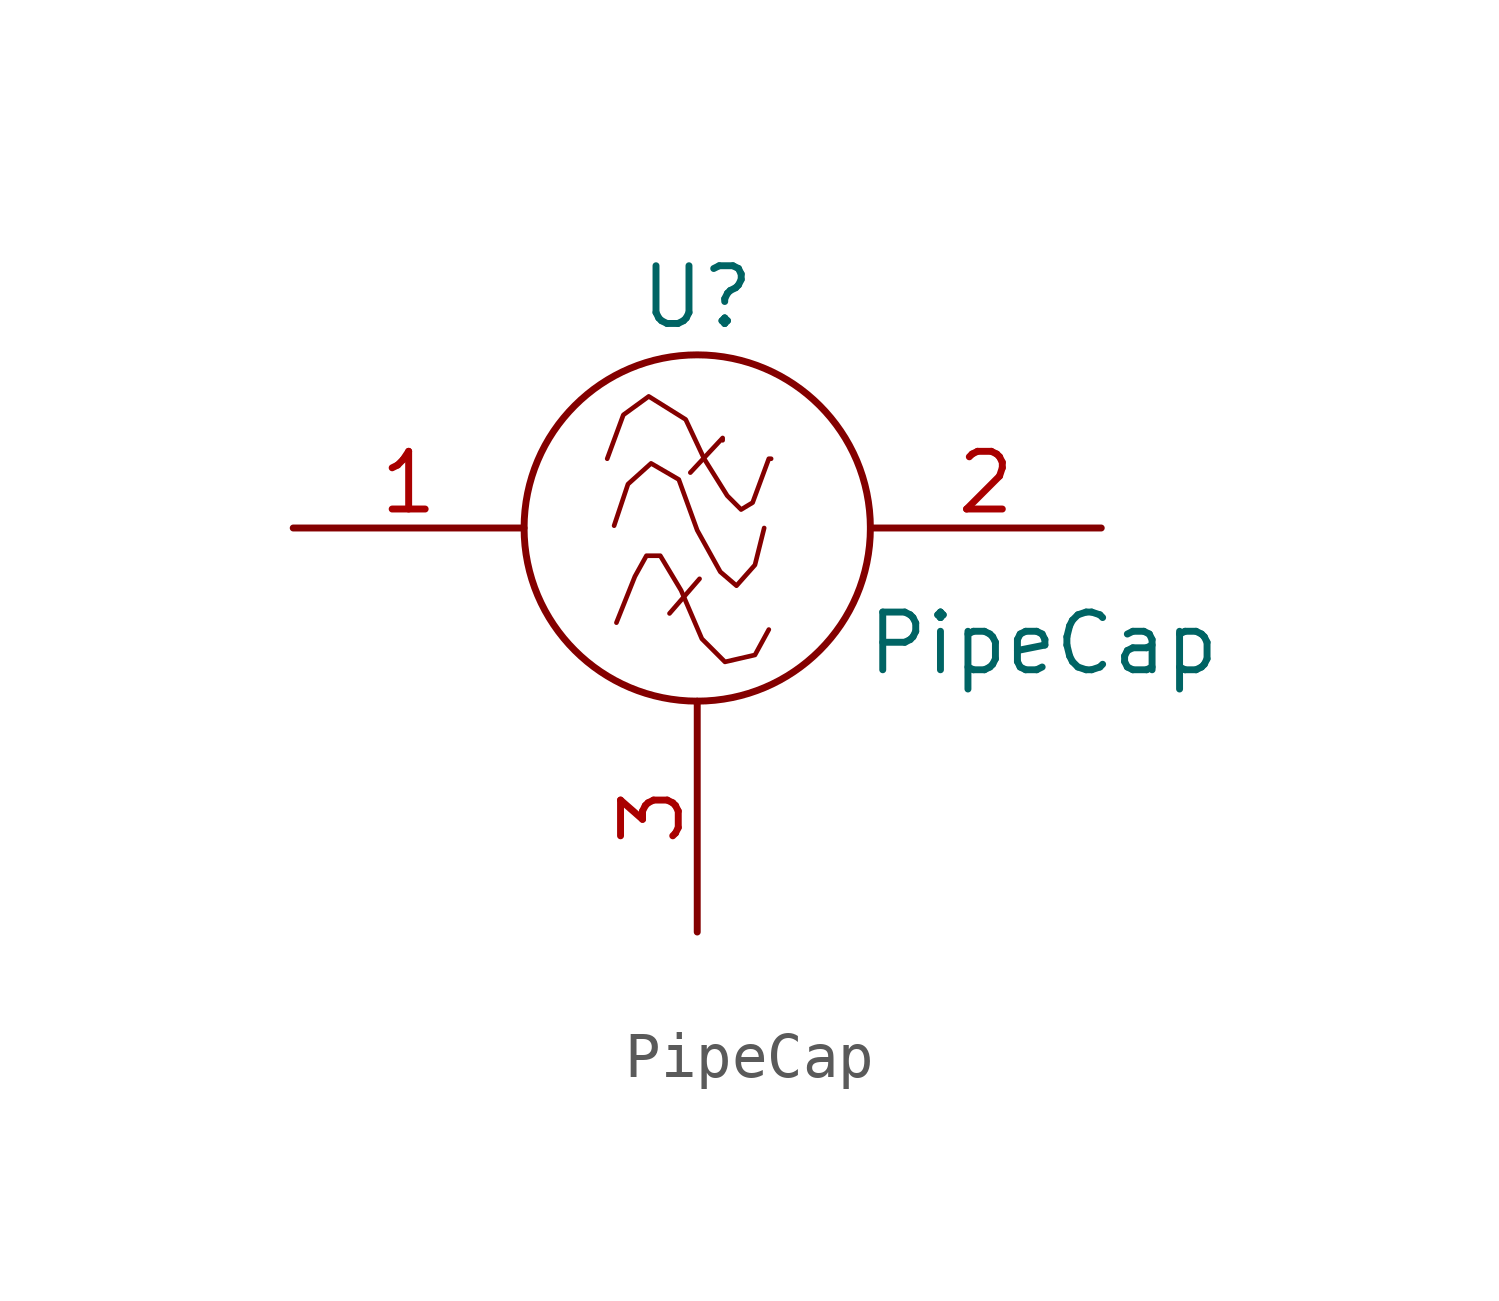
<source format=kicad_sym>
(kicad_symbol_lib
  (version 20211014)
  (generator kicad_symbol_editor)
  (symbol "PipeCap"
    (pin_names
      (offset 1.016))
    (property "Reference" "U"
      (at 0 5.08 0)
      (effects (font (size 1.27 1.27))))
    (property "Value" "PipeCap"
      (at 7.62 -2.54 0)
      (effects (font (size 1.27 1.27))))
    (symbol "PipeCap_0_1"
      (polyline (pts (xy -0.61 -1.88) (xy 0.051 -1.118)) (stroke (width 0.102) (type default) (color 0 0 0 0)) (fill (type none)))
      (polyline (pts (xy -0.152 1.219) (xy 0.559 1.981) (xy 0.559 1.93)) (stroke (width 0.102) (type default) (color 0 0 0 0)) (fill (type none)))
      (polyline (pts (xy -1.829 0.051) (xy -1.524 0.965) (xy -1.016 1.422) (xy -0.406 1.067) (xy 0 -0.051) (xy 0.508 -0.965) (xy 0.864 -1.27) (xy 1.27 -0.813) (xy 1.473 0)) (stroke (width 0.102) (type default) (color 0 0 0 0)) (fill (type none)))
      (polyline (pts (xy -1.778 -2.083) (xy -1.372 -1.067) (xy -1.118 -0.61) (xy -0.813 -0.61) (xy -0.356 -1.372) (xy 0.102 -2.438) (xy 0.61 -2.946) (xy 1.27 -2.794) (xy 1.575 -2.235)) (stroke (width 0.102) (type default) (color 0 0 0 0)) (fill (type none)))
      (polyline (pts (xy -1.981 1.524) (xy -1.626 2.489) (xy -1.067 2.896) (xy -0.254 2.388) (xy 0.152 1.524) (xy 0.66 0.711) (xy 0.965 0.406) (xy 1.219 0.559) (xy 1.575 1.524) (xy 1.626 1.524)) (stroke (width 0.102) (type default) (color 0 0 0 0)) (fill (type none)))
      (circle (center 0 0) (radius 3.81) (stroke (width 0) (type default) (color 0 0 0 0)) (fill (type none))))
    (symbol "PipeCap_1_1"
      (pin passive line (at -8.89 0 0) (length 5.08) (name "~" (effects (font (size 1.27 1.27)))) (number "1" (effects (font (size 1.27 1.27)))))
      (pin passive line (at 8.89 0 180) (length 5.08) (name "~" (effects (font (size 1.27 1.27)))) (number "2" (effects (font (size 1.27 1.27)))))
      (pin power_in line (at 0 -8.89 90) (length 5.08) (name "~" (effects (font (size 1.27 1.27)))) (number "3" (effects (font (size 1.27 1.27))))))))
</source>
